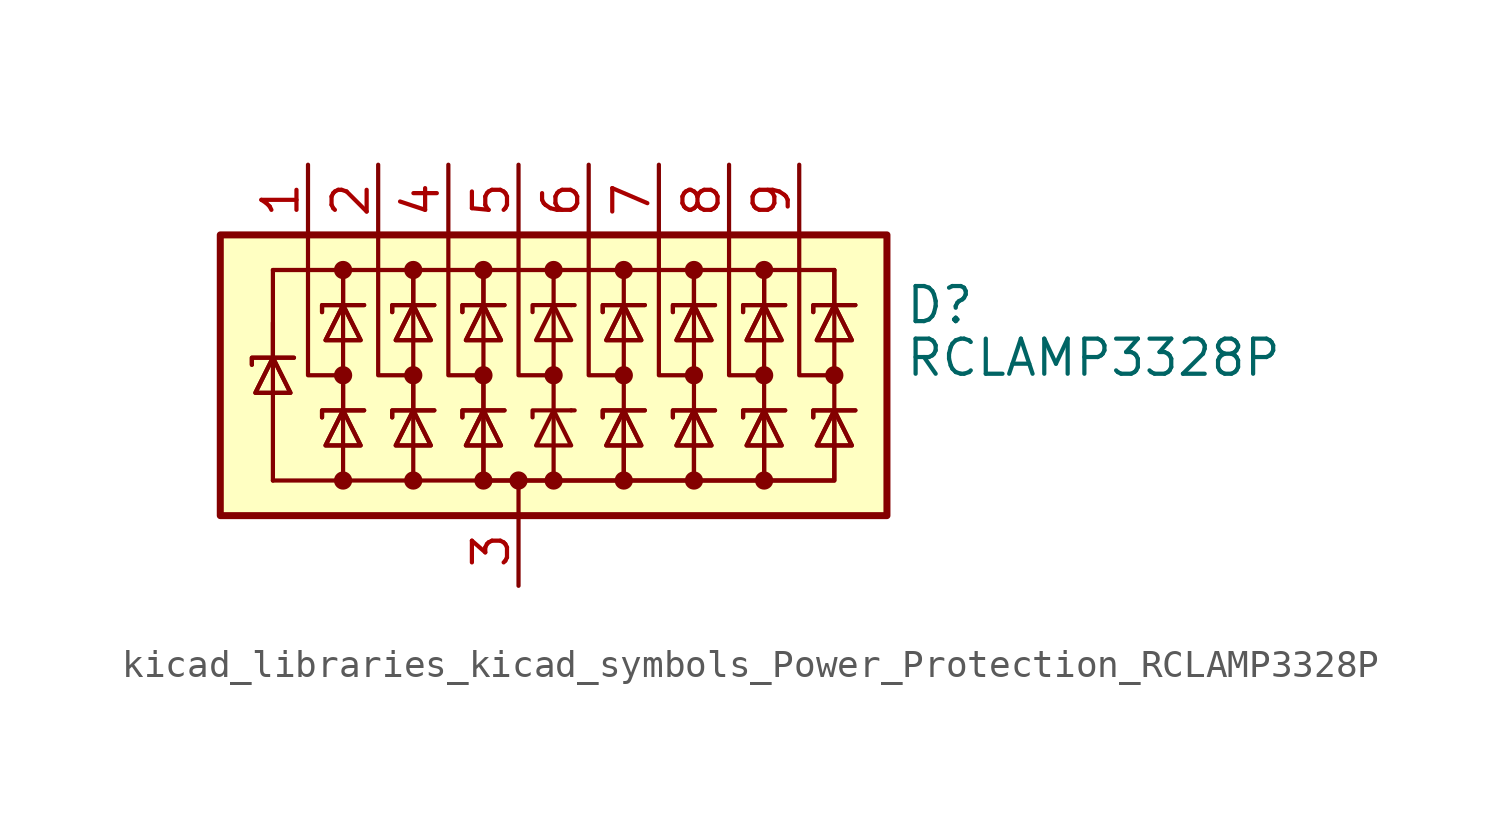
<source format=kicad_sym>
(kicad_symbol_lib
  (version 20220914)
  (generator kicad_symbol_editor)
  (symbol "kicad_libraries_kicad_symbols_Power_Protection_RCLAMP3328P"
    (pin_names hide)
    (property "Reference" "D"
      (at 13.97 2.54 0)
      (effects (font (size 1.27 1.27)) (justify left)))
    (property "Value" "RCLAMP3328P"
      (at 13.97 0.635 0)
      (effects (font (size 1.27 1.27)) (justify left)))
    (symbol "kicad_libraries_kicad_symbols_Power_Protection_RCLAMP3328P_0_0"
      (pin passive line (at 0 -7.62 90) (length 2.54) (name "A" (effects (font (size 1.27 1.27)))) (number "3" (effects (font (size 1.27 1.27))))))
    (symbol "kicad_libraries_kicad_symbols_Power_Protection_RCLAMP3328P_0_1"
      (rectangle (start -10.795 5.08) (end 13.335 -5.08) (stroke (width 0.254) (type default)) (fill (type background)))
      (circle (center -6.35 -3.81) (radius 0.254) (stroke (width 0) (type default)) (fill (type outline)))
      (circle (center -6.35 0) (radius 0.254) (stroke (width 0) (type default)) (fill (type outline)))
      (circle (center -6.35 3.81) (radius 0.254) (stroke (width 0) (type default)) (fill (type outline)))
      (circle (center -3.81 -3.81) (radius 0.254) (stroke (width 0) (type default)) (fill (type outline)))
      (circle (center -3.81 0) (radius 0.254) (stroke (width 0) (type default)) (fill (type outline)))
      (circle (center -3.81 3.81) (radius 0.254) (stroke (width 0) (type default)) (fill (type outline)))
      (circle (center -1.27 -3.81) (radius 0.254) (stroke (width 0) (type default)) (fill (type outline)))
      (circle (center -1.27 0) (radius 0.254) (stroke (width 0) (type default)) (fill (type outline)))
      (circle (center -1.27 3.81) (radius 0.254) (stroke (width 0) (type default)) (fill (type outline)))
      (circle (center 0 -3.81) (radius 0.254) (stroke (width 0) (type default)) (fill (type outline)))
      (polyline (pts (xy -8.89 0.635) (xy -8.89 -3.81)) (stroke (width 0) (type default)) (fill (type none)))
      (polyline (pts (xy -8.89 1.905) (xy -8.89 0.635)) (stroke (width 0) (type default)) (fill (type none)))
      (polyline (pts (xy -8.89 3.81) (xy -8.89 0.635)) (stroke (width 0) (type default)) (fill (type none)))
      (polyline (pts (xy -6.35 -3.81) (xy -8.89 -3.81)) (stroke (width 0) (type default)) (fill (type none)))
      (polyline (pts (xy -6.35 0) (xy -6.35 -1.27)) (stroke (width 0) (type default)) (fill (type none)))
      (polyline (pts (xy -6.35 2.54) (xy -6.35 -1.27)) (stroke (width 0) (type default)) (fill (type none)))
      (polyline (pts (xy -6.35 3.81) (xy -6.35 2.54)) (stroke (width 0) (type default)) (fill (type none)))
      (polyline (pts (xy -6.35 3.81) (xy -6.35 2.54)) (stroke (width 0) (type default)) (fill (type none)))
      (polyline (pts (xy -3.81 0) (xy -3.81 -1.27)) (stroke (width 0) (type default)) (fill (type none)))
      (polyline (pts (xy -3.81 2.54) (xy -3.81 -1.27)) (stroke (width 0) (type default)) (fill (type none)))
      (polyline (pts (xy -3.81 3.81) (xy -3.81 2.54)) (stroke (width 0) (type default)) (fill (type none)))
      (polyline (pts (xy -3.81 3.81) (xy -3.81 2.54)) (stroke (width 0) (type default)) (fill (type none)))
      (polyline (pts (xy -1.27 0) (xy -1.27 -1.27)) (stroke (width 0) (type default)) (fill (type none)))
      (polyline (pts (xy -1.27 2.54) (xy -1.27 -1.27)) (stroke (width 0) (type default)) (fill (type none)))
      (polyline (pts (xy -1.27 3.81) (xy -1.27 2.54)) (stroke (width 0) (type default)) (fill (type none)))
      (polyline (pts (xy -1.27 3.81) (xy -1.27 2.54)) (stroke (width 0) (type default)) (fill (type none)))
      (polyline (pts (xy 0 -5.08) (xy 0 -3.81)) (stroke (width 0) (type default)) (fill (type none)))
      (polyline (pts (xy 1.27 -3.81) (xy 1.27 2.54)) (stroke (width 0) (type default)) (fill (type none)))
      (polyline (pts (xy 1.27 3.81) (xy 1.27 2.54)) (stroke (width 0) (type default)) (fill (type none)))
      (polyline (pts (xy 1.905 -1.27) (xy 2.032 -1.27)) (stroke (width 0) (type default)) (fill (type none)))
      (polyline (pts (xy 1.905 2.54) (xy 2.032 2.54)) (stroke (width 0) (type default)) (fill (type none)))
      (polyline (pts (xy 3.81 2.54) (xy 3.81 -1.27)) (stroke (width 0) (type default)) (fill (type none)))
      (polyline (pts (xy 3.81 3.81) (xy 3.81 2.54)) (stroke (width 0) (type default)) (fill (type none)))
      (polyline (pts (xy 6.35 2.54) (xy 6.35 -1.27)) (stroke (width 0) (type default)) (fill (type none)))
      (polyline (pts (xy 6.35 3.81) (xy 6.35 2.54)) (stroke (width 0) (type default)) (fill (type none)))
      (polyline (pts (xy 6.35 3.81) (xy 6.35 2.54)) (stroke (width 0) (type default)) (fill (type none)))
      (polyline (pts (xy 8.89 2.54) (xy 8.89 -1.27)) (stroke (width 0) (type default)) (fill (type none)))
      (polyline (pts (xy 8.89 3.81) (xy 8.89 2.54)) (stroke (width 0) (type default)) (fill (type none)))
      (polyline (pts (xy 8.89 3.81) (xy 8.89 2.54)) (stroke (width 0) (type default)) (fill (type none)))
      (polyline (pts (xy 11.43 2.54) (xy 11.43 -1.27)) (stroke (width 0) (type default)) (fill (type none)))
      (polyline (pts (xy 11.43 3.81) (xy -8.89 3.81)) (stroke (width 0) (type default)) (fill (type none)))
      (polyline (pts (xy 11.43 3.81) (xy 11.43 2.54)) (stroke (width 0) (type default)) (fill (type none)))
      (polyline (pts (xy 11.43 3.81) (xy 11.43 2.54)) (stroke (width 0) (type default)) (fill (type none)))
      (polyline (pts (xy -7.62 5.08) (xy -7.62 0) (xy -6.35 0)) (stroke (width 0) (type default)) (fill (type none)))
      (polyline (pts (xy -6.35 -1.27) (xy -6.35 -3.81) (xy -3.81 -3.81)) (stroke (width 0) (type default)) (fill (type none)))
      (polyline (pts (xy -5.08 5.08) (xy -5.08 0) (xy -3.81 0)) (stroke (width 0) (type default)) (fill (type none)))
      (polyline (pts (xy -3.81 -1.27) (xy -3.81 -3.81) (xy -1.27 -3.81)) (stroke (width 0) (type default)) (fill (type none)))
      (polyline (pts (xy -2.54 5.08) (xy -2.54 0) (xy -1.27 0)) (stroke (width 0) (type default)) (fill (type none)))
      (polyline (pts (xy 0 5.08) (xy 0 0) (xy 1.27 0)) (stroke (width 0) (type default)) (fill (type none)))
      (polyline (pts (xy 1.905 -1.27) (xy 0.508 -1.27) (xy 0.508 -1.524)) (stroke (width 0) (type default)) (fill (type none)))
      (polyline (pts (xy 1.905 2.54) (xy 0.508 2.54) (xy 0.508 2.286)) (stroke (width 0) (type default)) (fill (type none)))
      (polyline (pts (xy 2.54 5.08) (xy 2.54 0) (xy 3.81 0)) (stroke (width 0) (type default)) (fill (type none)))
      (polyline (pts (xy 5.08 5.08) (xy 5.08 0) (xy 6.35 0)) (stroke (width 0) (type default)) (fill (type none)))
      (polyline (pts (xy 6.35 -1.27) (xy 6.35 -3.81) (xy 3.81 -3.81)) (stroke (width 0) (type default)) (fill (type none)))
      (polyline (pts (xy 6.35 -1.27) (xy 6.35 -3.81) (xy 3.81 -3.81)) (stroke (width 0) (type default)) (fill (type none)))
      (polyline (pts (xy 7.62 5.08) (xy 7.62 0) (xy 8.89 0)) (stroke (width 0) (type default)) (fill (type none)))
      (polyline (pts (xy 8.89 -1.27) (xy 8.89 -3.81) (xy 6.35 -3.81)) (stroke (width 0) (type default)) (fill (type none)))
      (polyline (pts (xy 8.89 -1.27) (xy 8.89 -3.81) (xy 6.35 -3.81)) (stroke (width 0) (type default)) (fill (type none)))
      (polyline (pts (xy 10.16 5.08) (xy 10.16 0) (xy 11.43 0)) (stroke (width 0) (type default)) (fill (type none)))
      (polyline (pts (xy 11.43 -1.27) (xy 11.43 -3.81) (xy 8.89 -3.81)) (stroke (width 0) (type default)) (fill (type none)))
      (polyline (pts (xy 11.43 -1.27) (xy 11.43 -3.81) (xy 8.89 -3.81)) (stroke (width 0) (type default)) (fill (type none)))
      (polyline (pts (xy -9.652 0.381) (xy -9.652 0.635) (xy -8.255 0.635) (xy -8.128 0.635)) (stroke (width 0) (type default)) (fill (type none)))
      (polyline (pts (xy -9.652 0.381) (xy -9.652 0.635) (xy -8.255 0.635) (xy -8.128 0.635)) (stroke (width 0) (type default)) (fill (type none)))
      (polyline (pts (xy -8.89 0.635) (xy -8.255 -0.635) (xy -9.525 -0.635) (xy -8.89 0.635)) (stroke (width 0) (type default)) (fill (type none)))
      (polyline (pts (xy -8.89 0.635) (xy -8.255 -0.635) (xy -9.525 -0.635) (xy -8.89 0.635)) (stroke (width 0) (type default)) (fill (type none)))
      (polyline (pts (xy -7.112 -1.524) (xy -7.112 -1.27) (xy -5.715 -1.27) (xy -5.588 -1.27)) (stroke (width 0) (type default)) (fill (type none)))
      (polyline (pts (xy -7.112 -1.524) (xy -7.112 -1.27) (xy -5.715 -1.27) (xy -5.588 -1.27)) (stroke (width 0) (type default)) (fill (type none)))
      (polyline (pts (xy -7.112 2.286) (xy -7.112 2.54) (xy -5.715 2.54) (xy -5.588 2.54)) (stroke (width 0) (type default)) (fill (type none)))
      (polyline (pts (xy -7.112 2.286) (xy -7.112 2.54) (xy -5.715 2.54) (xy -5.588 2.54)) (stroke (width 0) (type default)) (fill (type none)))
      (polyline (pts (xy -6.35 -1.27) (xy -5.715 -2.54) (xy -6.985 -2.54) (xy -6.35 -1.27)) (stroke (width 0) (type default)) (fill (type none)))
      (polyline (pts (xy -6.35 -1.27) (xy -5.715 -2.54) (xy -6.985 -2.54) (xy -6.35 -1.27)) (stroke (width 0) (type default)) (fill (type none)))
      (polyline (pts (xy -6.35 2.54) (xy -5.715 1.27) (xy -6.985 1.27) (xy -6.35 2.54)) (stroke (width 0) (type default)) (fill (type none)))
      (polyline (pts (xy -6.35 2.54) (xy -5.715 1.27) (xy -6.985 1.27) (xy -6.35 2.54)) (stroke (width 0) (type default)) (fill (type none)))
      (polyline (pts (xy -4.572 -1.524) (xy -4.572 -1.27) (xy -3.175 -1.27) (xy -3.048 -1.27)) (stroke (width 0) (type default)) (fill (type none)))
      (polyline (pts (xy -4.572 -1.524) (xy -4.572 -1.27) (xy -3.175 -1.27) (xy -3.048 -1.27)) (stroke (width 0) (type default)) (fill (type none)))
      (polyline (pts (xy -4.572 2.286) (xy -4.572 2.54) (xy -3.175 2.54) (xy -3.048 2.54)) (stroke (width 0) (type default)) (fill (type none)))
      (polyline (pts (xy -4.572 2.286) (xy -4.572 2.54) (xy -3.175 2.54) (xy -3.048 2.54)) (stroke (width 0) (type default)) (fill (type none)))
      (polyline (pts (xy -3.81 -1.27) (xy -3.175 -2.54) (xy -4.445 -2.54) (xy -3.81 -1.27)) (stroke (width 0) (type default)) (fill (type none)))
      (polyline (pts (xy -3.81 -1.27) (xy -3.175 -2.54) (xy -4.445 -2.54) (xy -3.81 -1.27)) (stroke (width 0) (type default)) (fill (type none)))
      (polyline (pts (xy -3.81 2.54) (xy -3.175 1.27) (xy -4.445 1.27) (xy -3.81 2.54)) (stroke (width 0) (type default)) (fill (type none)))
      (polyline (pts (xy -3.81 2.54) (xy -3.175 1.27) (xy -4.445 1.27) (xy -3.81 2.54)) (stroke (width 0) (type default)) (fill (type none)))
      (polyline (pts (xy -2.032 -1.524) (xy -2.032 -1.27) (xy -0.635 -1.27) (xy -0.508 -1.27)) (stroke (width 0) (type default)) (fill (type none)))
      (polyline (pts (xy -2.032 -1.524) (xy -2.032 -1.27) (xy -0.635 -1.27) (xy -0.508 -1.27)) (stroke (width 0) (type default)) (fill (type none)))
      (polyline (pts (xy -2.032 2.286) (xy -2.032 2.54) (xy -0.635 2.54) (xy -0.508 2.54)) (stroke (width 0) (type default)) (fill (type none)))
      (polyline (pts (xy -2.032 2.286) (xy -2.032 2.54) (xy -0.635 2.54) (xy -0.508 2.54)) (stroke (width 0) (type default)) (fill (type none)))
      (polyline (pts (xy -1.27 -1.27) (xy -1.27 -3.81) (xy 3.81 -3.81) (xy 3.81 -1.27)) (stroke (width 0) (type default)) (fill (type none)))
      (polyline (pts (xy -1.27 -1.27) (xy -1.27 -3.81) (xy 3.81 -3.81) (xy 3.81 -1.27)) (stroke (width 0) (type default)) (fill (type none)))
      (polyline (pts (xy -1.27 -1.27) (xy -0.635 -2.54) (xy -1.905 -2.54) (xy -1.27 -1.27)) (stroke (width 0) (type default)) (fill (type none)))
      (polyline (pts (xy -1.27 -1.27) (xy -0.635 -2.54) (xy -1.905 -2.54) (xy -1.27 -1.27)) (stroke (width 0) (type default)) (fill (type none)))
      (polyline (pts (xy -1.27 2.54) (xy -0.635 1.27) (xy -1.905 1.27) (xy -1.27 2.54)) (stroke (width 0) (type default)) (fill (type none)))
      (polyline (pts (xy -1.27 2.54) (xy -0.635 1.27) (xy -1.905 1.27) (xy -1.27 2.54)) (stroke (width 0) (type default)) (fill (type none)))
      (polyline (pts (xy 1.905 -2.54) (xy 0.635 -2.54) (xy 1.27 -1.27) (xy 1.905 -2.54)) (stroke (width 0) (type default)) (fill (type none)))
      (polyline (pts (xy 1.905 1.27) (xy 0.635 1.27) (xy 1.27 2.54) (xy 1.905 1.27)) (stroke (width 0) (type default)) (fill (type none)))
      (polyline (pts (xy 3.048 -1.524) (xy 3.048 -1.27) (xy 4.445 -1.27) (xy 4.572 -1.27)) (stroke (width 0) (type default)) (fill (type none)))
      (polyline (pts (xy 3.048 -1.524) (xy 3.048 -1.27) (xy 4.445 -1.27) (xy 4.572 -1.27)) (stroke (width 0) (type default)) (fill (type none)))
      (polyline (pts (xy 3.048 2.286) (xy 3.048 2.54) (xy 4.445 2.54) (xy 4.572 2.54)) (stroke (width 0) (type default)) (fill (type none)))
      (polyline (pts (xy 3.048 2.286) (xy 3.048 2.54) (xy 4.445 2.54) (xy 4.572 2.54)) (stroke (width 0) (type default)) (fill (type none)))
      (polyline (pts (xy 3.81 -1.27) (xy 3.175 -2.54) (xy 4.445 -2.54) (xy 3.81 -1.27)) (stroke (width 0) (type default)) (fill (type none)))
      (polyline (pts (xy 3.81 -1.27) (xy 3.175 -2.54) (xy 4.445 -2.54) (xy 3.81 -1.27)) (stroke (width 0) (type default)) (fill (type none)))
      (polyline (pts (xy 3.81 2.54) (xy 3.175 1.27) (xy 4.445 1.27) (xy 3.81 2.54)) (stroke (width 0) (type default)) (fill (type none)))
      (polyline (pts (xy 3.81 2.54) (xy 3.175 1.27) (xy 4.445 1.27) (xy 3.81 2.54)) (stroke (width 0) (type default)) (fill (type none)))
      (polyline (pts (xy 5.588 -1.524) (xy 5.588 -1.27) (xy 6.985 -1.27) (xy 7.112 -1.27)) (stroke (width 0) (type default)) (fill (type none)))
      (polyline (pts (xy 5.588 -1.524) (xy 5.588 -1.27) (xy 6.985 -1.27) (xy 7.112 -1.27)) (stroke (width 0) (type default)) (fill (type none)))
      (polyline (pts (xy 5.588 2.286) (xy 5.588 2.54) (xy 6.985 2.54) (xy 7.112 2.54)) (stroke (width 0) (type default)) (fill (type none)))
      (polyline (pts (xy 5.588 2.286) (xy 5.588 2.54) (xy 6.985 2.54) (xy 7.112 2.54)) (stroke (width 0) (type default)) (fill (type none)))
      (polyline (pts (xy 6.35 -1.27) (xy 5.715 -2.54) (xy 6.985 -2.54) (xy 6.35 -1.27)) (stroke (width 0) (type default)) (fill (type none)))
      (polyline (pts (xy 6.35 -1.27) (xy 5.715 -2.54) (xy 6.985 -2.54) (xy 6.35 -1.27)) (stroke (width 0) (type default)) (fill (type none)))
      (polyline (pts (xy 6.35 2.54) (xy 5.715 1.27) (xy 6.985 1.27) (xy 6.35 2.54)) (stroke (width 0) (type default)) (fill (type none)))
      (polyline (pts (xy 6.35 2.54) (xy 5.715 1.27) (xy 6.985 1.27) (xy 6.35 2.54)) (stroke (width 0) (type default)) (fill (type none)))
      (polyline (pts (xy 8.128 -1.524) (xy 8.128 -1.27) (xy 9.525 -1.27) (xy 9.652 -1.27)) (stroke (width 0) (type default)) (fill (type none)))
      (polyline (pts (xy 8.128 -1.524) (xy 8.128 -1.27) (xy 9.525 -1.27) (xy 9.652 -1.27)) (stroke (width 0) (type default)) (fill (type none)))
      (polyline (pts (xy 8.128 2.286) (xy 8.128 2.54) (xy 9.525 2.54) (xy 9.652 2.54)) (stroke (width 0) (type default)) (fill (type none)))
      (polyline (pts (xy 8.128 2.286) (xy 8.128 2.54) (xy 9.525 2.54) (xy 9.652 2.54)) (stroke (width 0) (type default)) (fill (type none)))
      (polyline (pts (xy 8.89 -1.27) (xy 8.255 -2.54) (xy 9.525 -2.54) (xy 8.89 -1.27)) (stroke (width 0) (type default)) (fill (type none)))
      (polyline (pts (xy 8.89 -1.27) (xy 8.255 -2.54) (xy 9.525 -2.54) (xy 8.89 -1.27)) (stroke (width 0) (type default)) (fill (type none)))
      (polyline (pts (xy 8.89 2.54) (xy 8.255 1.27) (xy 9.525 1.27) (xy 8.89 2.54)) (stroke (width 0) (type default)) (fill (type none)))
      (polyline (pts (xy 8.89 2.54) (xy 8.255 1.27) (xy 9.525 1.27) (xy 8.89 2.54)) (stroke (width 0) (type default)) (fill (type none)))
      (polyline (pts (xy 10.668 -1.524) (xy 10.668 -1.27) (xy 12.065 -1.27) (xy 12.192 -1.27)) (stroke (width 0) (type default)) (fill (type none)))
      (polyline (pts (xy 10.668 -1.524) (xy 10.668 -1.27) (xy 12.065 -1.27) (xy 12.192 -1.27)) (stroke (width 0) (type default)) (fill (type none)))
      (polyline (pts (xy 10.668 2.286) (xy 10.668 2.54) (xy 12.065 2.54) (xy 12.192 2.54)) (stroke (width 0) (type default)) (fill (type none)))
      (polyline (pts (xy 10.668 2.286) (xy 10.668 2.54) (xy 12.065 2.54) (xy 12.192 2.54)) (stroke (width 0) (type default)) (fill (type none)))
      (polyline (pts (xy 11.43 -1.27) (xy 10.795 -2.54) (xy 12.065 -2.54) (xy 11.43 -1.27)) (stroke (width 0) (type default)) (fill (type none)))
      (polyline (pts (xy 11.43 -1.27) (xy 10.795 -2.54) (xy 12.065 -2.54) (xy 11.43 -1.27)) (stroke (width 0) (type default)) (fill (type none)))
      (polyline (pts (xy 11.43 2.54) (xy 10.795 1.27) (xy 12.065 1.27) (xy 11.43 2.54)) (stroke (width 0) (type default)) (fill (type none)))
      (polyline (pts (xy 11.43 2.54) (xy 10.795 1.27) (xy 12.065 1.27) (xy 11.43 2.54)) (stroke (width 0) (type default)) (fill (type none)))
      (circle (center 1.27 -3.81) (radius 0.254) (stroke (width 0) (type default)) (fill (type outline)))
      (circle (center 1.27 0) (radius 0.254) (stroke (width 0) (type default)) (fill (type outline)))
      (circle (center 1.27 3.81) (radius 0.254) (stroke (width 0) (type default)) (fill (type outline)))
      (circle (center 3.81 -3.81) (radius 0.254) (stroke (width 0) (type default)) (fill (type outline)))
      (circle (center 3.81 0) (radius 0.254) (stroke (width 0) (type default)) (fill (type outline)))
      (circle (center 3.81 3.81) (radius 0.254) (stroke (width 0) (type default)) (fill (type outline)))
      (circle (center 6.35 -3.81) (radius 0.254) (stroke (width 0) (type default)) (fill (type outline)))
      (circle (center 6.35 0) (radius 0.254) (stroke (width 0) (type default)) (fill (type outline)))
      (circle (center 6.35 3.81) (radius 0.254) (stroke (width 0) (type default)) (fill (type outline)))
      (circle (center 8.89 -3.81) (radius 0.254) (stroke (width 0) (type default)) (fill (type outline)))
      (circle (center 8.89 0) (radius 0.254) (stroke (width 0) (type default)) (fill (type outline)))
      (circle (center 8.89 3.81) (radius 0.254) (stroke (width 0) (type default)) (fill (type outline)))
      (circle (center 11.43 0) (radius 0.254) (stroke (width 0) (type default)) (fill (type outline))))
    (symbol "kicad_libraries_kicad_symbols_Power_Protection_RCLAMP3328P_1_1"
      (pin passive line (at -7.62 7.62 270) (length 2.54) (name "K1" (effects (font (size 1.27 1.27)))) (number "1" (effects (font (size 1.27 1.27)))))
      (pin passive line (at -5.08 7.62 270) (length 2.54) (name "K2" (effects (font (size 1.27 1.27)))) (number "2" (effects (font (size 1.27 1.27)))))
      (pin passive line (at -2.54 7.62 270) (length 2.54) (name "K3" (effects (font (size 1.27 1.27)))) (number "4" (effects (font (size 1.27 1.27)))))
      (pin passive line (at 0 7.62 270) (length 2.54) (name "K4" (effects (font (size 1.27 1.27)))) (number "5" (effects (font (size 1.27 1.27)))))
      (pin passive line (at 2.54 7.62 270) (length 2.54) (name "K5" (effects (font (size 1.27 1.27)))) (number "6" (effects (font (size 1.27 1.27)))))
      (pin passive line (at 5.08 7.62 270) (length 2.54) (name "K6" (effects (font (size 1.27 1.27)))) (number "7" (effects (font (size 1.27 1.27)))))
      (pin passive line (at 7.62 7.62 270) (length 2.54) (name "K7" (effects (font (size 1.27 1.27)))) (number "8" (effects (font (size 1.27 1.27)))))
      (pin passive line (at 10.16 7.62 270) (length 2.54) (name "K8" (effects (font (size 1.27 1.27)))) (number "9" (effects (font (size 1.27 1.27))))))))
</source>
